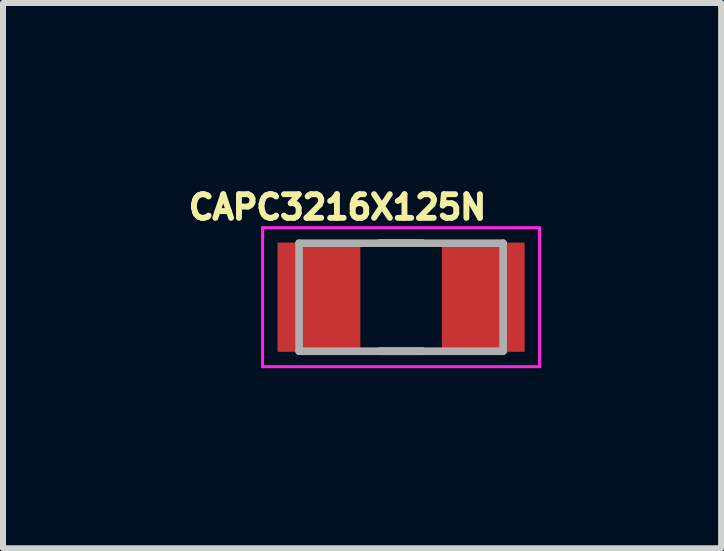
<source format=kicad_pcb>
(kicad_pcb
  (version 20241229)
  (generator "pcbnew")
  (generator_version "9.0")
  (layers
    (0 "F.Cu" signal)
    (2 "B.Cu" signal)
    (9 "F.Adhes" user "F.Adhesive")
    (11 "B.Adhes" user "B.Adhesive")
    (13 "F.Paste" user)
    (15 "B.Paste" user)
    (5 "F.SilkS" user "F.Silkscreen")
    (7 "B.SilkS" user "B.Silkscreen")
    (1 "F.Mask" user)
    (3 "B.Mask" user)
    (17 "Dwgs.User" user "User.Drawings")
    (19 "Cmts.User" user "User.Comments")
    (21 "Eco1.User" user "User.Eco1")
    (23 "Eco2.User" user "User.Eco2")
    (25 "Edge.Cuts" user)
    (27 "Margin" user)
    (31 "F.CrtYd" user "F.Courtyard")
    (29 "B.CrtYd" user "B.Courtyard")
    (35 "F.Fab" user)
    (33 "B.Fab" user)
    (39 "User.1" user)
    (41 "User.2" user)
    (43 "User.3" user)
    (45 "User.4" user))
  (footprint "CAPC3216X125N"
    (layer "F.Cu")
    (at 3.634 1.903)
    (property "Reference" "CAPC3216X125N" (at -1.06 -1.5 0) (layer "F.SilkS") (effects (font (size 0.394 0.394) (thickness 0.15))))
    (attr smd)
    (fp_line (start -0.36 -0.9) (end 0.36 -0.9) (stroke (width 0.127) (type solid)) (layer "F.SilkS"))
    (fp_line (start -0.36 0.9) (end 0.36 0.9) (stroke (width 0.127) (type solid)) (layer "F.SilkS"))
    (fp_line (start -2.308 -1.158) (end 2.308 -1.158) (stroke (width 0.05) (type solid)) (layer "F.CrtYd"))
    (fp_line (start -2.308 1.158) (end -2.308 -1.158) (stroke (width 0.05) (type solid)) (layer "F.CrtYd"))
    (fp_line (start -2.308 1.158) (end 2.308 1.158) (stroke (width 0.05) (type solid)) (layer "F.CrtYd"))
    (fp_line (start 2.308 1.158) (end 2.308 -1.158) (stroke (width 0.05) (type solid)) (layer "F.CrtYd"))
    (fp_line (start -1.7 0.9) (end -1.7 -0.9) (stroke (width 0.127) (type solid)) (layer "F.Fab"))
    (fp_line (start 1.7 -0.9) (end -1.7 -0.9) (stroke (width 0.127) (type solid)) (layer "F.Fab"))
    (fp_line (start 1.7 0.9) (end -1.7 0.9) (stroke (width 0.127) (type solid)) (layer "F.Fab"))
    (fp_line (start 1.7 0.9) (end 1.7 -0.9) (stroke (width 0.127) (type solid)) (layer "F.Fab"))
    (pad "1" smd rect (at -1.369 0) (size 1.38 1.82) (layers "F.Cu" "F.Mask" "F.Paste"))
    (pad "2" smd rect (at 1.369 0) (size 1.38 1.82) (layers "F.Cu" "F.Mask" "F.Paste")))
  (gr_rect
    (start -3 -3)
    (end 8.967 6.086)
    (stroke (width 0.1) (type default))
    (fill no)
    (layer "Edge.Cuts")))
</source>
